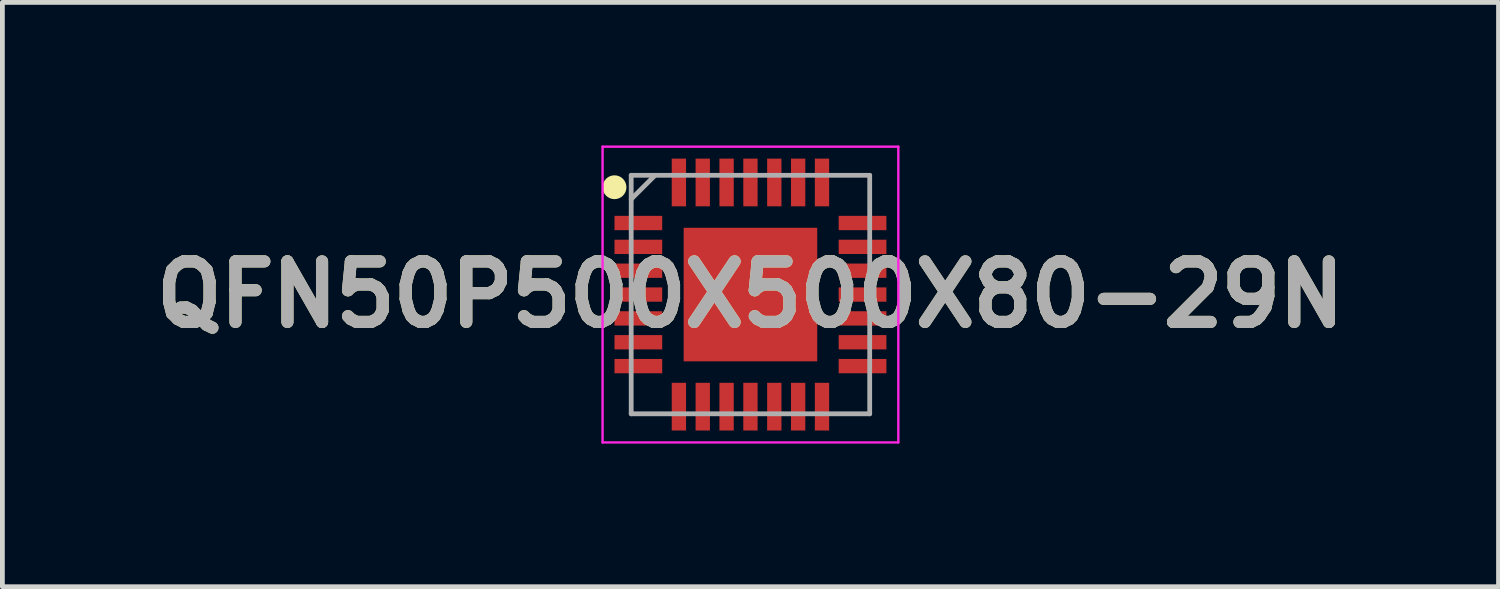
<source format=kicad_pcb>
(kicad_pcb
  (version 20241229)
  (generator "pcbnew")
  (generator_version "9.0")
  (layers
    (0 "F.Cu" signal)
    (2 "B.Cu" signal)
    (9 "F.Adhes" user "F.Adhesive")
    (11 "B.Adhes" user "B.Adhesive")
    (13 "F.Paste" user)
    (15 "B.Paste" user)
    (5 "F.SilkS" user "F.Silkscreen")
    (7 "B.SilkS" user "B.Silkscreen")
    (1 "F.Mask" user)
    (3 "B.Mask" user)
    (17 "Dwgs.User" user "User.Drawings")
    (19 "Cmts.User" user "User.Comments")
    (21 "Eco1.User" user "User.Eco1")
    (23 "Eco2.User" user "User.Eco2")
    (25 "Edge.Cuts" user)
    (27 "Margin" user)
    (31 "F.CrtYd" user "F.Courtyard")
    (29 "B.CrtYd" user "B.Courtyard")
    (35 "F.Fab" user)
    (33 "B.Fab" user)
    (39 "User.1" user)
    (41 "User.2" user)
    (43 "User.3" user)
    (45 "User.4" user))
  (footprint "QFN50P500X500X80-29N"
    (layer "F.Cu")
    (at 12.682 3.125)
    (property "Reference" "QFN50P500X500X80-29N" (at 0 0 0) (layer "F.SilkS") (effects (font (size 1.27 1.27) (thickness 0.254))))
    (attr smd)
    (fp_circle (center -2.85 -2.25) (end -2.85 -2.125) (stroke (width 0.25) (type solid)) (fill no) (layer "F.SilkS"))
    (fp_line (start -3.1 -3.1) (end 3.1 -3.1) (stroke (width 0.05) (type solid)) (layer "F.CrtYd"))
    (fp_line (start -3.1 3.1) (end -3.1 -3.1) (stroke (width 0.05) (type solid)) (layer "F.CrtYd"))
    (fp_line (start 3.1 -3.1) (end 3.1 3.1) (stroke (width 0.05) (type solid)) (layer "F.CrtYd"))
    (fp_line (start 3.1 3.1) (end -3.1 3.1) (stroke (width 0.05) (type solid)) (layer "F.CrtYd"))
    (fp_line (start -2.5 -2.5) (end 2.5 -2.5) (stroke (width 0.1) (type solid)) (layer "F.Fab"))
    (fp_line (start -2.5 -2) (end -2 -2.5) (stroke (width 0.1) (type solid)) (layer "F.Fab"))
    (fp_line (start -2.5 2.5) (end -2.5 -2.5) (stroke (width 0.1) (type solid)) (layer "F.Fab"))
    (fp_line (start 2.5 -2.5) (end 2.5 2.5) (stroke (width 0.1) (type solid)) (layer "F.Fab"))
    (fp_line (start 2.5 2.5) (end -2.5 2.5) (stroke (width 0.1) (type solid)) (layer "F.Fab"))
    (fp_text user "${REFERENCE}" (at 0 0 0) (layer "F.Fab") (effects (font (size 1.27 1.27) (thickness 0.254))))
    (pad "1" smd rect (at -2.35 -1.5 90) (size 0.3 1) (layers "F.Cu" "F.Mask" "F.Paste"))
    (pad "2" smd rect (at -2.35 -1 90) (size 0.3 1) (layers "F.Cu" "F.Mask" "F.Paste"))
    (pad "3" smd rect (at -2.35 -0.5 90) (size 0.3 1) (layers "F.Cu" "F.Mask" "F.Paste"))
    (pad "4" smd rect (at -2.35 0 90) (size 0.3 1) (layers "F.Cu" "F.Mask" "F.Paste"))
    (pad "5" smd rect (at -2.35 0.5 90) (size 0.3 1) (layers "F.Cu" "F.Mask" "F.Paste"))
    (pad "6" smd rect (at -2.35 1 90) (size 0.3 1) (layers "F.Cu" "F.Mask" "F.Paste"))
    (pad "7" smd rect (at -2.35 1.5 90) (size 0.3 1) (layers "F.Cu" "F.Mask" "F.Paste"))
    (pad "8" smd rect (at -1.5 2.35) (size 0.3 1) (layers "F.Cu" "F.Mask" "F.Paste"))
    (pad "9" smd rect (at -1 2.35) (size 0.3 1) (layers "F.Cu" "F.Mask" "F.Paste"))
    (pad "10" smd rect (at -0.5 2.35) (size 0.3 1) (layers "F.Cu" "F.Mask" "F.Paste"))
    (pad "11" smd rect (at 0 2.35) (size 0.3 1) (layers "F.Cu" "F.Mask" "F.Paste"))
    (pad "12" smd rect (at 0.5 2.35) (size 0.3 1) (layers "F.Cu" "F.Mask" "F.Paste"))
    (pad "13" smd rect (at 1 2.35) (size 0.3 1) (layers "F.Cu" "F.Mask" "F.Paste"))
    (pad "14" smd rect (at 1.5 2.35) (size 0.3 1) (layers "F.Cu" "F.Mask" "F.Paste"))
    (pad "15" smd rect (at 2.35 1.5 90) (size 0.3 1) (layers "F.Cu" "F.Mask" "F.Paste"))
    (pad "16" smd rect (at 2.35 1 90) (size 0.3 1) (layers "F.Cu" "F.Mask" "F.Paste"))
    (pad "17" smd rect (at 2.35 0.5 90) (size 0.3 1) (layers "F.Cu" "F.Mask" "F.Paste"))
    (pad "18" smd rect (at 2.35 0 90) (size 0.3 1) (layers "F.Cu" "F.Mask" "F.Paste"))
    (pad "19" smd rect (at 2.35 -0.5 90) (size 0.3 1) (layers "F.Cu" "F.Mask" "F.Paste"))
    (pad "20" smd rect (at 2.35 -1 90) (size 0.3 1) (layers "F.Cu" "F.Mask" "F.Paste"))
    (pad "21" smd rect (at 2.35 -1.5 90) (size 0.3 1) (layers "F.Cu" "F.Mask" "F.Paste"))
    (pad "22" smd rect (at 1.5 -2.35) (size 0.3 1) (layers "F.Cu" "F.Mask" "F.Paste"))
    (pad "23" smd rect (at 1 -2.35) (size 0.3 1) (layers "F.Cu" "F.Mask" "F.Paste"))
    (pad "24" smd rect (at 0.5 -2.35) (size 0.3 1) (layers "F.Cu" "F.Mask" "F.Paste"))
    (pad "25" smd rect (at 0 -2.35) (size 0.3 1) (layers "F.Cu" "F.Mask" "F.Paste"))
    (pad "26" smd rect (at -0.5 -2.35) (size 0.3 1) (layers "F.Cu" "F.Mask" "F.Paste"))
    (pad "27" smd rect (at -1 -2.35) (size 0.3 1) (layers "F.Cu" "F.Mask" "F.Paste"))
    (pad "28" smd rect (at -1.5 -2.35) (size 0.3 1) (layers "F.Cu" "F.Mask" "F.Paste"))
    (pad "29" smd rect (at 0 0) (size 2.8 2.8) (layers "F.Cu" "F.Mask" "F.Paste")))
  (gr_rect
    (start -3 -3)
    (end 28.364 9.25)
    (stroke (width 0.1) (type default))
    (fill no)
    (layer "Edge.Cuts")))
</source>
